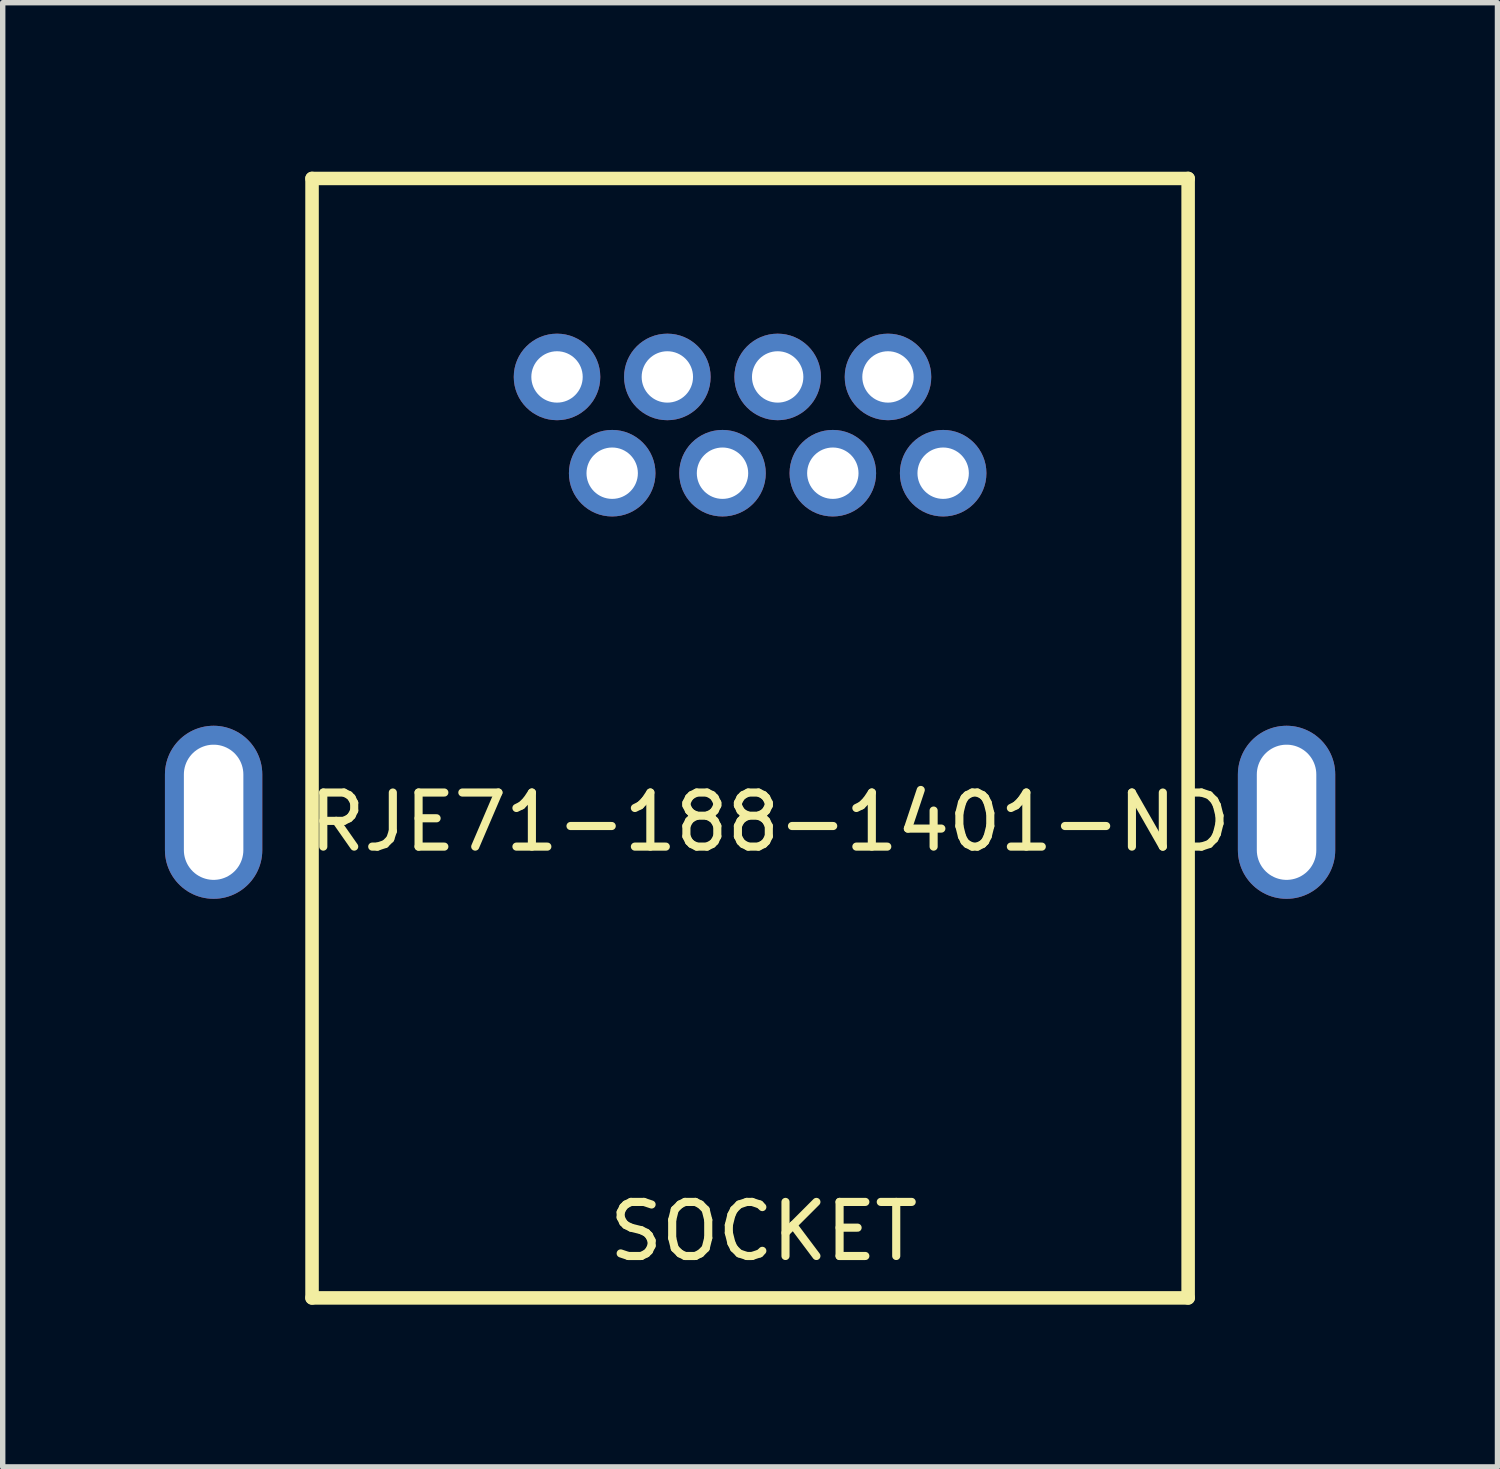
<source format=kicad_pcb>
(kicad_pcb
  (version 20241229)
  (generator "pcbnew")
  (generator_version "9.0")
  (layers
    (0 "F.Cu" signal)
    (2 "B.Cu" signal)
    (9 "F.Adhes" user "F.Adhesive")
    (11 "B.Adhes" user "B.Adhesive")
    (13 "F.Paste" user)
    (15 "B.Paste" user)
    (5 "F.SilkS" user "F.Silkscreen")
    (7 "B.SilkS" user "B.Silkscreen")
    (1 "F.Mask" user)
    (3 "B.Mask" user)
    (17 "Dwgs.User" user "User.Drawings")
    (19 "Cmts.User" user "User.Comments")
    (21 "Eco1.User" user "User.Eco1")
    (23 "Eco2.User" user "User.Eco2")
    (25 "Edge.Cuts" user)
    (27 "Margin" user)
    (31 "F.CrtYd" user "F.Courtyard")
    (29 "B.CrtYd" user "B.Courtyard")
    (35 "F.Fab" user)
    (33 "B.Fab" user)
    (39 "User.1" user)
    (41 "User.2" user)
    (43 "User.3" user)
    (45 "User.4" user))
  (footprint "RJE71-188-1401-ND"
    (layer "F.Cu")
    (at 2.72 0.25)
    (property "Reference" "RJE71-188-1401-ND" (at 8.47 11.9 0) (layer "F.SilkS") (effects (font (size 1 1) (thickness 0.15))))
    (attr through_hole)
    (fp_line (start 0 0) (end 0 20.7) (stroke (width 0.25) (type solid)) (layer "F.SilkS"))
    (fp_line (start 0 0) (end 16.2 0) (stroke (width 0.25) (type solid)) (layer "F.SilkS"))
    (fp_line (start 0 20.7) (end 16.2 20.7) (stroke (width 0.25) (type solid)) (layer "F.SilkS"))
    (fp_line (start 16.2 0) (end 16.2 20.7) (stroke (width 0.25) (type solid)) (layer "F.SilkS"))
    (fp_text user "SOCKET" (at 8.35 19.47 0) (layer "F.SilkS") (effects (font (size 1 1) (thickness 0.15))))
    (pad "" thru_hole oval (at -1.82 11.72) (size 1.8 3.2) (drill oval 1.1 2.5) (layers "*.Cu" "*.Mask"))
    (pad "" thru_hole oval (at 18.02 11.72) (size 1.8 3.2) (drill oval 1.1 2.5) (layers "*.Cu" "*.Mask"))
    (pad "1" thru_hole circle (at 11.67 5.45) (size 1.6 1.6) (drill 0.95) (layers "*.Cu" "*.Mask"))
    (pad "2" thru_hole circle (at 10.65 3.67) (size 1.6 1.6) (drill 0.95) (layers "*.Cu" "*.Mask"))
    (pad "3" thru_hole circle (at 9.63 5.45) (size 1.6 1.6) (drill 0.95) (layers "*.Cu" "*.Mask"))
    (pad "4" thru_hole circle (at 8.61 3.67) (size 1.6 1.6) (drill 0.95) (layers "*.Cu" "*.Mask"))
    (pad "5" thru_hole circle (at 7.59 5.45) (size 1.6 1.6) (drill 0.95) (layers "*.Cu" "*.Mask"))
    (pad "6" thru_hole circle (at 6.57 3.67) (size 1.6 1.6) (drill 0.95) (layers "*.Cu" "*.Mask"))
    (pad "7" thru_hole circle (at 5.55 5.45) (size 1.6 1.6) (drill 0.95) (layers "*.Cu" "*.Mask"))
    (pad "8" thru_hole circle (at 4.53 3.67) (size 1.6 1.6) (drill 0.95) (layers "*.Cu" "*.Mask")))
  (gr_rect
    (start -3 -3)
    (end 24.64 24.075)
    (stroke (width 0.1) (type default))
    (fill no)
    (layer "Edge.Cuts")))
</source>
